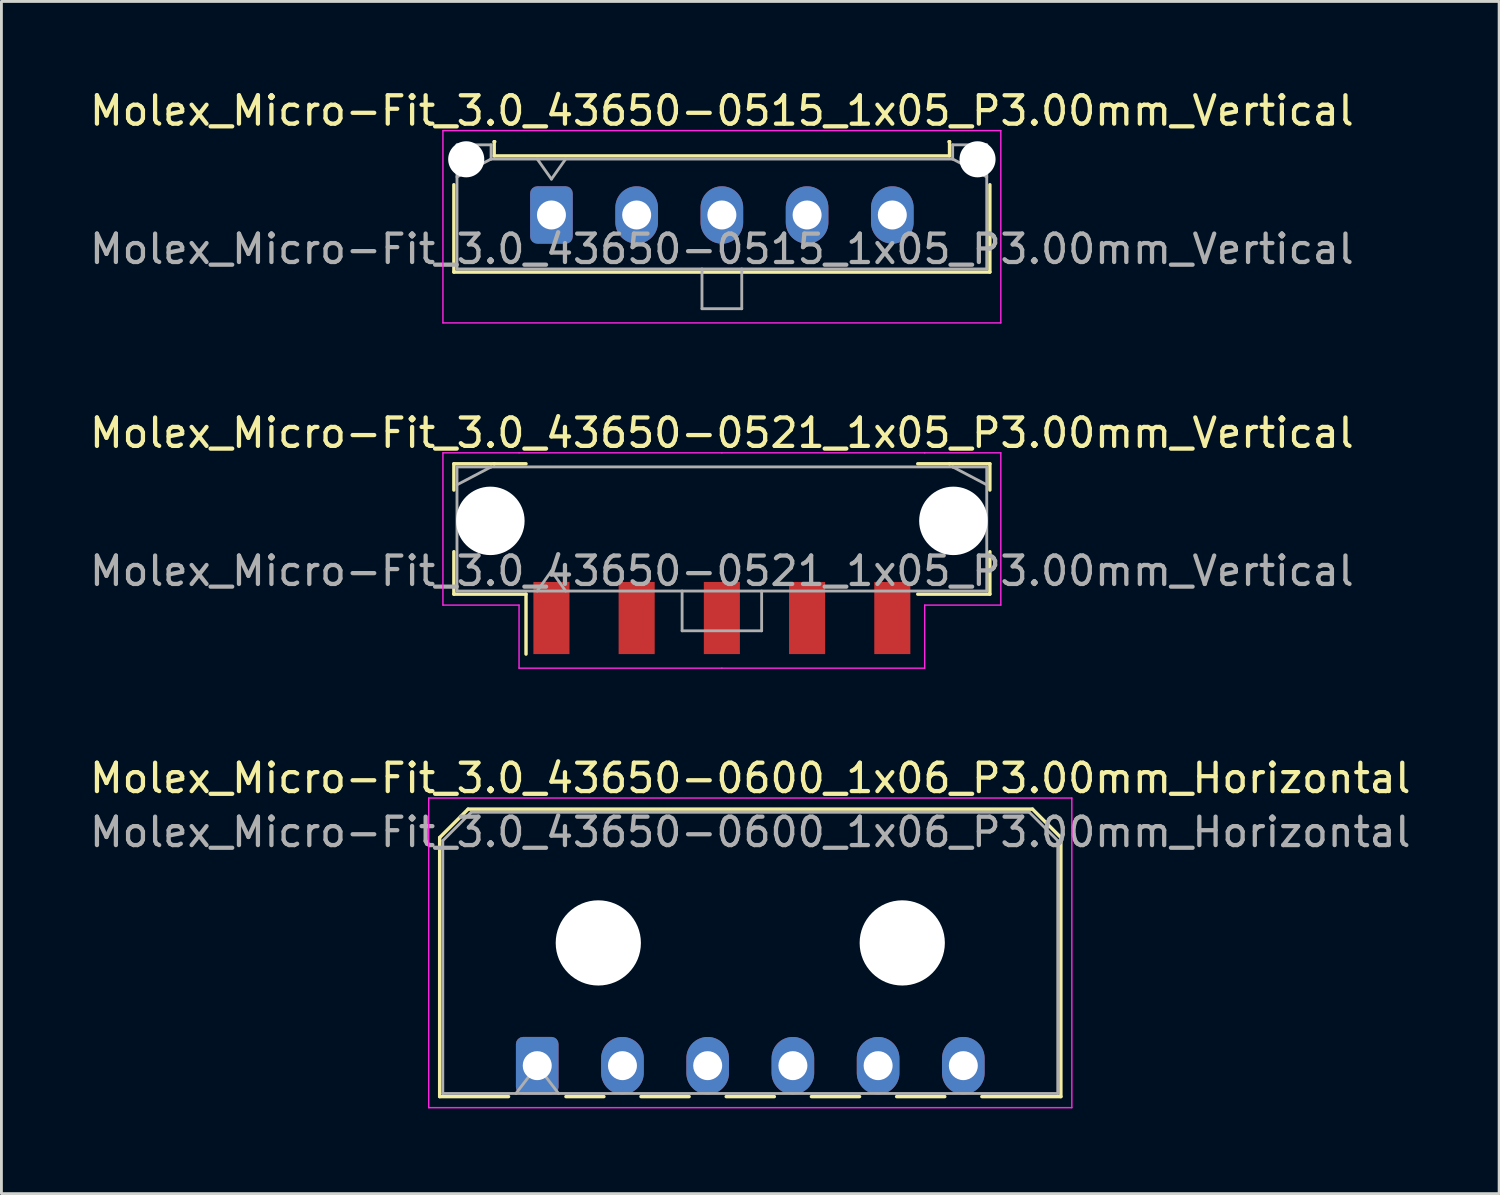
<source format=kicad_pcb>
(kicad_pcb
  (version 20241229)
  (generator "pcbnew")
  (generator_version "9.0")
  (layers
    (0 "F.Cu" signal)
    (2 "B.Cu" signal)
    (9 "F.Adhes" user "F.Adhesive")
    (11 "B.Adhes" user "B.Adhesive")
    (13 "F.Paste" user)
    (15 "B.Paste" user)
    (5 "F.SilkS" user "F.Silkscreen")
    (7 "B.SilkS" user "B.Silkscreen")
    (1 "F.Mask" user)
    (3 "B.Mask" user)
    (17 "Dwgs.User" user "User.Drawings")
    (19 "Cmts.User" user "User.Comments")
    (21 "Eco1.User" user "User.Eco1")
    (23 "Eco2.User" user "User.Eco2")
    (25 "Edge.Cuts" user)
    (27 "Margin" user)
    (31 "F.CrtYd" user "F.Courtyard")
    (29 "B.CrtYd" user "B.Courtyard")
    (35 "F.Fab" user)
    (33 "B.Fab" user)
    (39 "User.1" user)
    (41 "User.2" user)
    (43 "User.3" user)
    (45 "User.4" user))
  (footprint "Molex_Micro-Fit_3.0_43650-0521_1x05_P3.00mm_Vertical"
    (layer "F.Cu")
    (at 22.363 15.572)
    (property "Reference" "Molex_Micro-Fit_3.0_43650-0521_1x05_P3.00mm_Vertical" (at 0 -3.38 0) (layer "F.SilkS") (effects (font (size 1 1) (thickness 0.15))))
    (attr smd)
    (fp_line (start -9.435 -2.295) (end -8.015 -2.295) (stroke (width 0.12) (type solid)) (layer "F.SilkS"))
    (fp_line (start -9.435 -1.37) (end -9.435 -2.295) (stroke (width 0.12) (type solid)) (layer "F.SilkS"))
    (fp_line (start -9.435 0.8) (end -9.435 2.295) (stroke (width 0.12) (type solid)) (layer "F.SilkS"))
    (fp_line (start -9.435 2.295) (end -6.895 2.295) (stroke (width 0.12) (type solid)) (layer "F.SilkS"))
    (fp_line (start -8.015 -2.295) (end -8.015 -2.295) (stroke (width 0.12) (type solid)) (layer "F.SilkS"))
    (fp_line (start -8.015 -2.295) (end -6.895 -2.295) (stroke (width 0.12) (type solid)) (layer "F.SilkS"))
    (fp_line (start -6.895 2.295) (end -6.895 4.405) (stroke (width 0.12) (type solid)) (layer "F.SilkS"))
    (fp_line (start 8.015 -2.295) (end 6.895 -2.295) (stroke (width 0.12) (type solid)) (layer "F.SilkS"))
    (fp_line (start 8.015 -2.295) (end 8.015 -2.295) (stroke (width 0.12) (type solid)) (layer "F.SilkS"))
    (fp_line (start 9.435 -2.295) (end 8.015 -2.295) (stroke (width 0.12) (type solid)) (layer "F.SilkS"))
    (fp_line (start 9.435 -1.37) (end 9.435 -2.295) (stroke (width 0.12) (type solid)) (layer "F.SilkS"))
    (fp_line (start 9.435 0.8) (end 9.435 2.295) (stroke (width 0.12) (type solid)) (layer "F.SilkS"))
    (fp_line (start 9.435 2.295) (end 6.895 2.295) (stroke (width 0.12) (type solid)) (layer "F.SilkS"))
    (fp_line (start -9.82 -2.68) (end -9.82 2.68) (stroke (width 0.05) (type solid)) (layer "F.CrtYd"))
    (fp_line (start -9.82 2.68) (end -7.14 2.68) (stroke (width 0.05) (type solid)) (layer "F.CrtYd"))
    (fp_line (start -7.14 -2.68) (end -9.82 -2.68) (stroke (width 0.05) (type solid)) (layer "F.CrtYd"))
    (fp_line (start -7.14 2.68) (end -7.14 4.9) (stroke (width 0.05) (type solid)) (layer "F.CrtYd"))
    (fp_line (start -7.14 4.9) (end 0 4.9) (stroke (width 0.05) (type solid)) (layer "F.CrtYd"))
    (fp_line (start 0 -2.68) (end -7.14 -2.68) (stroke (width 0.05) (type solid)) (layer "F.CrtYd"))
    (fp_line (start 0 -2.68) (end 7.14 -2.68) (stroke (width 0.05) (type solid)) (layer "F.CrtYd"))
    (fp_line (start 7.14 -2.68) (end 9.82 -2.68) (stroke (width 0.05) (type solid)) (layer "F.CrtYd"))
    (fp_line (start 7.14 2.68) (end 7.14 4.9) (stroke (width 0.05) (type solid)) (layer "F.CrtYd"))
    (fp_line (start 7.14 4.9) (end 0 4.9) (stroke (width 0.05) (type solid)) (layer "F.CrtYd"))
    (fp_line (start 9.82 -2.68) (end 9.82 2.68) (stroke (width 0.05) (type solid)) (layer "F.CrtYd"))
    (fp_line (start 9.82 2.68) (end 7.14 2.68) (stroke (width 0.05) (type solid)) (layer "F.CrtYd"))
    (fp_line (start -9.325 -2.185) (end -9.325 2.185) (stroke (width 0.1) (type solid)) (layer "F.Fab"))
    (fp_line (start -9.325 -1.555) (end -8.125 -2.185) (stroke (width 0.1) (type solid)) (layer "F.Fab"))
    (fp_line (start -9.325 2.185) (end 9.325 2.185) (stroke (width 0.1) (type solid)) (layer "F.Fab"))
    (fp_line (start -8.125 -2.185) (end -9.325 -2.185) (stroke (width 0.1) (type solid)) (layer "F.Fab"))
    (fp_line (start -8.125 -2.185) (end -8.125 -2.185) (stroke (width 0.1) (type solid)) (layer "F.Fab"))
    (fp_line (start -6.5 2.185) (end -6 1.478) (stroke (width 0.1) (type solid)) (layer "F.Fab"))
    (fp_line (start -6 1.478) (end -5.5 2.185) (stroke (width 0.1) (type solid)) (layer "F.Fab"))
    (fp_line (start -1.4 2.185) (end -1.4 3.585) (stroke (width 0.1) (type solid)) (layer "F.Fab"))
    (fp_line (start -1.4 3.585) (end 1.4 3.585) (stroke (width 0.1) (type solid)) (layer "F.Fab"))
    (fp_line (start 1.4 3.585) (end 1.4 2.185) (stroke (width 0.1) (type solid)) (layer "F.Fab"))
    (fp_line (start 8.125 -2.185) (end -8.125 -2.185) (stroke (width 0.1) (type solid)) (layer "F.Fab"))
    (fp_line (start 8.125 -2.185) (end 8.125 -2.185) (stroke (width 0.1) (type solid)) (layer "F.Fab"))
    (fp_line (start 9.325 -2.185) (end 8.125 -2.185) (stroke (width 0.1) (type solid)) (layer "F.Fab"))
    (fp_line (start 9.325 -1.555) (end 8.125 -2.185) (stroke (width 0.1) (type solid)) (layer "F.Fab"))
    (fp_line (start 9.325 2.185) (end 9.325 -2.185) (stroke (width 0.1) (type solid)) (layer "F.Fab"))
    (fp_text user "${REFERENCE}" (at 0 1.48 0) (layer "F.Fab") (effects (font (size 1 1) (thickness 0.15))))
    (pad "" np_thru_hole circle (at -8.15 -0.285) (size 2.41 2.41) (drill 2.41) (layers "*.Cu" "*.Mask"))
    (pad "" np_thru_hole circle (at 8.15 -0.285) (size 2.41 2.41) (drill 2.41) (layers "*.Cu" "*.Mask"))
    (pad "1" smd rect (at -6 3.135) (size 1.27 2.54) (layers "F.Cu" "F.Mask" "F.Paste"))
    (pad "2" smd rect (at -3 3.135) (size 1.27 2.54) (layers "F.Cu" "F.Mask" "F.Paste"))
    (pad "3" smd rect (at 0 3.135) (size 1.27 2.54) (layers "F.Cu" "F.Mask" "F.Paste"))
    (pad "4" smd rect (at 3 3.135) (size 1.27 2.54) (layers "F.Cu" "F.Mask" "F.Paste"))
    (pad "5" smd rect (at 6 3.135) (size 1.27 2.54) (layers "F.Cu" "F.Mask" "F.Paste")))
  (footprint "Molex_Micro-Fit_3.0_43650-0600_1x06_P3.00mm_Horizontal"
    (layer "F.Cu")
    (at 15.863 34.465)
    (property "Reference" "Molex_Micro-Fit_3.0_43650-0600_1x06_P3.00mm_Horizontal" (at 7.5 -10.12 0) (layer "F.SilkS") (effects (font (size 1 1) (thickness 0.15))))
    (attr through_hole)
    (fp_line (start -3.435 -8.03) (end -2.435 -9.03) (stroke (width 0.12) (type solid)) (layer "F.SilkS"))
    (fp_line (start -3.435 1.09) (end -3.435 -8.03) (stroke (width 0.12) (type solid)) (layer "F.SilkS"))
    (fp_line (start -3.435 1.09) (end -1.01 1.09) (stroke (width 0.12) (type solid)) (layer "F.SilkS"))
    (fp_line (start -2.435 -9.03) (end 17.435 -9.03) (stroke (width 0.12) (type solid)) (layer "F.SilkS"))
    (fp_line (start 1.01 1.09) (end 2.348 1.09) (stroke (width 0.12) (type solid)) (layer "F.SilkS"))
    (fp_line (start 3.652 1.09) (end 5.348 1.09) (stroke (width 0.12) (type solid)) (layer "F.SilkS"))
    (fp_line (start 6.652 1.09) (end 8.348 1.09) (stroke (width 0.12) (type solid)) (layer "F.SilkS"))
    (fp_line (start 9.652 1.09) (end 11.348 1.09) (stroke (width 0.12) (type solid)) (layer "F.SilkS"))
    (fp_line (start 12.652 1.09) (end 14.348 1.09) (stroke (width 0.12) (type solid)) (layer "F.SilkS"))
    (fp_line (start 17.435 -9.03) (end 18.435 -8.03) (stroke (width 0.12) (type solid)) (layer "F.SilkS"))
    (fp_line (start 18.435 -8.03) (end 18.435 1.09) (stroke (width 0.12) (type solid)) (layer "F.SilkS"))
    (fp_line (start 18.435 1.09) (end 15.652 1.09) (stroke (width 0.12) (type solid)) (layer "F.SilkS"))
    (fp_line (start -3.82 -9.42) (end 18.82 -9.42) (stroke (width 0.05) (type solid)) (layer "F.CrtYd"))
    (fp_line (start -3.82 1.48) (end -3.82 -9.42) (stroke (width 0.05) (type solid)) (layer "F.CrtYd"))
    (fp_line (start 18.82 -9.42) (end 18.82 1.48) (stroke (width 0.05) (type solid)) (layer "F.CrtYd"))
    (fp_line (start 18.82 1.48) (end -3.82 1.48) (stroke (width 0.05) (type solid)) (layer "F.CrtYd"))
    (fp_line (start -3.325 -7.92) (end -2.325 -8.92) (stroke (width 0.1) (type solid)) (layer "F.Fab"))
    (fp_line (start -3.325 0.98) (end -3.325 -7.92) (stroke (width 0.1) (type solid)) (layer "F.Fab"))
    (fp_line (start -2.325 -8.92) (end 17.325 -8.92) (stroke (width 0.1) (type solid)) (layer "F.Fab"))
    (fp_line (start -0.75 0.98) (end 0 0) (stroke (width 0.1) (type solid)) (layer "F.Fab"))
    (fp_line (start 0 0) (end 0.75 0.98) (stroke (width 0.1) (type solid)) (layer "F.Fab"))
    (fp_line (start 17.325 -8.92) (end 18.325 -7.92) (stroke (width 0.1) (type solid)) (layer "F.Fab"))
    (fp_line (start 18.325 -7.92) (end 18.325 0.98) (stroke (width 0.1) (type solid)) (layer "F.Fab"))
    (fp_line (start 18.325 0.98) (end -3.325 0.98) (stroke (width 0.1) (type solid)) (layer "F.Fab"))
    (fp_text user "${REFERENCE}" (at 7.5 -8.22 0) (layer "F.Fab") (effects (font (size 1 1) (thickness 0.15))))
    (pad "" np_thru_hole circle (at 2.15 -4.32) (size 3 3) (drill 3) (layers "*.Cu" "*.Mask"))
    (pad "" np_thru_hole circle (at 12.85 -4.32) (size 3 3) (drill 3) (layers "*.Cu" "*.Mask"))
    (pad "1" thru_hole roundrect (at 0 0) (size 1.5 2.02) (drill 1.02) (layers "*.Cu" "*.Mask") (roundrect_rratio 0.167))
    (pad "2" thru_hole oval (at 3 0) (size 1.5 2.02) (drill 1.02) (layers "*.Cu" "*.Mask"))
    (pad "3" thru_hole oval (at 6 0) (size 1.5 2.02) (drill 1.02) (layers "*.Cu" "*.Mask"))
    (pad "4" thru_hole oval (at 9 0) (size 1.5 2.02) (drill 1.02) (layers "*.Cu" "*.Mask"))
    (pad "5" thru_hole oval (at 12 0) (size 1.5 2.02) (drill 1.02) (layers "*.Cu" "*.Mask"))
    (pad "6" thru_hole oval (at 15 0) (size 1.5 2.02) (drill 1.02) (layers "*.Cu" "*.Mask")))
  (footprint "Molex_Micro-Fit_3.0_43650-0515_1x05_P3.00mm_Vertical"
    (layer "F.Cu")
    (at 16.363 4.518)
    (property "Reference" "Molex_Micro-Fit_3.0_43650-0515_1x05_P3.00mm_Vertical" (at 6 -3.67 0) (layer "F.SilkS") (effects (font (size 1 1) (thickness 0.15))))
    (attr through_hole)
    (fp_line (start -3.435 -1.065) (end -3.435 2.01) (stroke (width 0.12) (type solid)) (layer "F.SilkS"))
    (fp_line (start -3.435 2.01) (end 15.435 2.01) (stroke (width 0.12) (type solid)) (layer "F.SilkS"))
    (fp_line (start -2.015 -2.58) (end -2.015 -2.08) (stroke (width 0.12) (type solid)) (layer "F.SilkS"))
    (fp_line (start -2.015 -2.08) (end 14.015 -2.08) (stroke (width 0.12) (type solid)) (layer "F.SilkS"))
    (fp_line (start -1.995 -2.58) (end -2.015 -2.58) (stroke (width 0.12) (type solid)) (layer "F.SilkS"))
    (fp_line (start 14.015 -2.58) (end 13.995 -2.58) (stroke (width 0.12) (type solid)) (layer "F.SilkS"))
    (fp_line (start 14.015 -2.08) (end 14.015 -2.58) (stroke (width 0.12) (type solid)) (layer "F.SilkS"))
    (fp_line (start 15.435 2.01) (end 15.435 -1.065) (stroke (width 0.12) (type solid)) (layer "F.SilkS"))
    (fp_line (start -3.82 -2.97) (end 15.82 -2.97) (stroke (width 0.05) (type solid)) (layer "F.CrtYd"))
    (fp_line (start -3.82 3.8) (end -3.82 -2.97) (stroke (width 0.05) (type solid)) (layer "F.CrtYd"))
    (fp_line (start 15.82 -2.97) (end 15.82 3.8) (stroke (width 0.05) (type solid)) (layer "F.CrtYd"))
    (fp_line (start 15.82 3.8) (end -3.82 3.8) (stroke (width 0.05) (type solid)) (layer "F.CrtYd"))
    (fp_line (start -3.325 -2.47) (end -3.325 1.9) (stroke (width 0.1) (type solid)) (layer "F.Fab"))
    (fp_line (start -3.325 -1.34) (end -2.125 -1.97) (stroke (width 0.1) (type solid)) (layer "F.Fab"))
    (fp_line (start -3.325 1.9) (end 15.325 1.9) (stroke (width 0.1) (type solid)) (layer "F.Fab"))
    (fp_line (start -2.125 -2.47) (end -3.325 -2.47) (stroke (width 0.1) (type solid)) (layer "F.Fab"))
    (fp_line (start -2.125 -1.97) (end -2.125 -2.47) (stroke (width 0.1) (type solid)) (layer "F.Fab"))
    (fp_line (start -0.5 -1.97) (end 0 -1.263) (stroke (width 0.1) (type solid)) (layer "F.Fab"))
    (fp_line (start 0 -1.263) (end 0.5 -1.97) (stroke (width 0.1) (type solid)) (layer "F.Fab"))
    (fp_line (start 5.3 1.9) (end 5.3 3.3) (stroke (width 0.1) (type solid)) (layer "F.Fab"))
    (fp_line (start 5.3 3.3) (end 6.7 3.3) (stroke (width 0.1) (type solid)) (layer "F.Fab"))
    (fp_line (start 6.7 3.3) (end 6.7 1.9) (stroke (width 0.1) (type solid)) (layer "F.Fab"))
    (fp_line (start 14.125 -2.47) (end 14.125 -1.97) (stroke (width 0.1) (type solid)) (layer "F.Fab"))
    (fp_line (start 14.125 -1.97) (end -2.125 -1.97) (stroke (width 0.1) (type solid)) (layer "F.Fab"))
    (fp_line (start 15.325 -2.47) (end 14.125 -2.47) (stroke (width 0.1) (type solid)) (layer "F.Fab"))
    (fp_line (start 15.325 -1.34) (end 14.125 -1.97) (stroke (width 0.1) (type solid)) (layer "F.Fab"))
    (fp_line (start 15.325 1.9) (end 15.325 -2.47) (stroke (width 0.1) (type solid)) (layer "F.Fab"))
    (fp_text user "${REFERENCE}" (at 6 1.2 0) (layer "F.Fab") (effects (font (size 1 1) (thickness 0.15))))
    (pad "" np_thru_hole circle (at -3 -1.96) (size 1.27 1.27) (drill 1.27) (layers "*.Cu" "*.Mask"))
    (pad "" np_thru_hole circle (at 15 -1.96) (size 1.27 1.27) (drill 1.27) (layers "*.Cu" "*.Mask"))
    (pad "1" thru_hole roundrect (at 0 0) (size 1.5 2.02) (drill 1.02) (layers "*.Cu" "*.Mask") (roundrect_rratio 0.167))
    (pad "2" thru_hole oval (at 3 0) (size 1.5 2.02) (drill 1.02) (layers "*.Cu" "*.Mask"))
    (pad "3" thru_hole oval (at 6 0) (size 1.5 2.02) (drill 1.02) (layers "*.Cu" "*.Mask"))
    (pad "4" thru_hole oval (at 9 0) (size 1.5 2.02) (drill 1.02) (layers "*.Cu" "*.Mask"))
    (pad "5" thru_hole oval (at 12 0) (size 1.5 2.02) (drill 1.02) (layers "*.Cu" "*.Mask")))
  (gr_rect
    (start -3 -3)
    (end 49.726 38.97)
    (stroke (width 0.1) (type default))
    (fill no)
    (layer "Edge.Cuts")))
</source>
